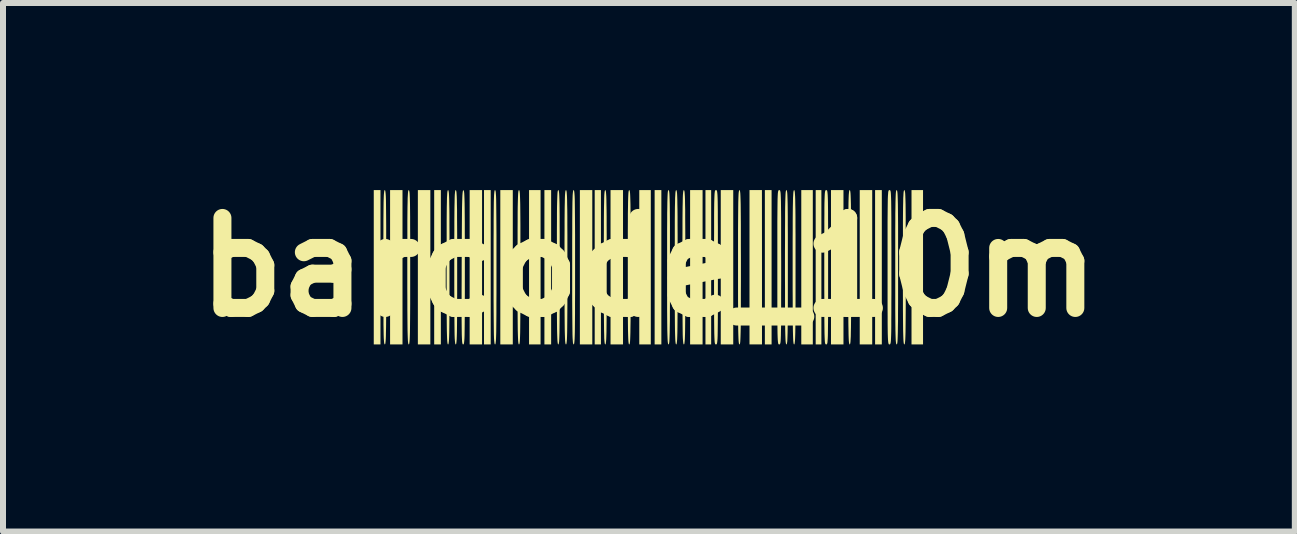
<source format=kicad_pcb>
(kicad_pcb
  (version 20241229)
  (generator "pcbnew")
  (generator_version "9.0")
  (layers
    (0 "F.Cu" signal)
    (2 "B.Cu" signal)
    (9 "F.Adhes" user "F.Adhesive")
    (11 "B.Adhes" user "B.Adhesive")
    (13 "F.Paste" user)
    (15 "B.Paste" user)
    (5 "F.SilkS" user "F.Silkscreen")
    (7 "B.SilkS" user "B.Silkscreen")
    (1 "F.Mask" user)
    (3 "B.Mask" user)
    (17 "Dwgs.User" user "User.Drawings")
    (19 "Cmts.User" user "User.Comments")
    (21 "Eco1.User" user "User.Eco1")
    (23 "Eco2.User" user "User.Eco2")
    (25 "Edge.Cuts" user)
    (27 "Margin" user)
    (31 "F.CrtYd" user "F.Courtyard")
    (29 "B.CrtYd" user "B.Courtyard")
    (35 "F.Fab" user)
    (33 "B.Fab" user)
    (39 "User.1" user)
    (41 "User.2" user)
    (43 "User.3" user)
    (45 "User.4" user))
  (footprint "barcode_10m"
    (layer "F.Cu")
    (at 7.764 1.404)
    (property "Reference" "barcode_10m" (at 0 0 0) (layer "F.SilkS") (effects (font (size 1.5 1.5) (thickness 0.3))))
    (attr board_only exclude_from_pos_files exclude_from_bom)
    (fp_poly (pts (xy -4.473 -0.000001) (xy -4.473 1.286) (xy -4.529 1.286) (xy -4.585 1.286) (xy -4.585 -0.000001) (xy -4.585 -1.286) (xy -4.529 -1.286) (xy -4.473 -1.286)) (stroke (width 0) (type solid)) (fill yes) (layer "F.SilkS"))
    (fp_poly (pts (xy -4.106 -0.000001) (xy -4.106 1.286) (xy -4.209 1.286) (xy -4.313 1.286) (xy -4.313 -0.000001) (xy -4.313 -1.286) (xy -4.209 -1.286) (xy -4.106 -1.286)) (stroke (width 0) (type solid)) (fill yes) (layer "F.SilkS"))
    (fp_poly (pts (xy -3.642 -0.000001) (xy -3.642 1.286) (xy -3.746 1.286) (xy -3.85 1.286) (xy -3.85 -0.000001) (xy -3.85 -1.286) (xy -3.746 -1.286) (xy -3.642 -1.286)) (stroke (width 0) (type solid)) (fill yes) (layer "F.SilkS"))
    (fp_poly (pts (xy -3.467 -0.000001) (xy -3.467 1.286) (xy -3.522 1.286) (xy -3.578 1.286) (xy -3.578 -0.000001) (xy -3.578 -1.286) (xy -3.522 -1.286) (xy -3.467 -1.286)) (stroke (width 0) (type solid)) (fill yes) (layer "F.SilkS"))
    (fp_poly (pts (xy -2.78 -0.000001) (xy -2.78 1.286) (xy -2.883 1.286) (xy -2.987 1.286) (xy -2.987 -0.000001) (xy -2.987 -1.286) (xy -2.883 -1.286) (xy -2.78 -1.286)) (stroke (width 0) (type solid)) (fill yes) (layer "F.SilkS"))
    (fp_poly (pts (xy -2.636 -0.000001) (xy -2.636 1.286) (xy -2.692 1.286) (xy -2.748 1.286) (xy -2.748 -0.000001) (xy -2.748 -1.286) (xy -2.692 -1.286) (xy -2.636 -1.286)) (stroke (width 0) (type solid)) (fill yes) (layer "F.SilkS"))
    (fp_poly (pts (xy -2.268 -0.000001) (xy -2.268 1.286) (xy -2.372 1.286) (xy -2.476 1.286) (xy -2.476 -0.000001) (xy -2.476 -1.286) (xy -2.372 -1.286) (xy -2.268 -1.286)) (stroke (width 0) (type solid)) (fill yes) (layer "F.SilkS"))
    (fp_poly (pts (xy -1.805 -0.000001) (xy -1.805 1.286) (xy -1.901 1.286) (xy -1.997 1.286) (xy -1.997 -0.000001) (xy -1.997 -1.286) (xy -1.901 -1.286) (xy -1.805 -1.286)) (stroke (width 0) (type solid)) (fill yes) (layer "F.SilkS"))
    (fp_poly (pts (xy -1.629 -0.000001) (xy -1.629 1.286) (xy -1.685 1.286) (xy -1.741 1.286) (xy -1.741 -0.000001) (xy -1.741 -1.286) (xy -1.685 -1.286) (xy -1.629 -1.286)) (stroke (width 0) (type solid)) (fill yes) (layer "F.SilkS"))
    (fp_poly (pts (xy -0.943 -0.000001) (xy -0.943 1.286) (xy -1.046 1.286) (xy -1.15 1.286) (xy -1.15 -0.000001) (xy -1.15 -1.286) (xy -1.046 -1.286) (xy -0.943 -1.286)) (stroke (width 0) (type solid)) (fill yes) (layer "F.SilkS"))
    (fp_poly (pts (xy -0.799 -0.000001) (xy -0.799 1.286) (xy -0.851 1.286) (xy -0.903 1.286) (xy -0.903 -0.000001) (xy -0.903 -1.286) (xy -0.851 -1.286) (xy -0.799 -1.286)) (stroke (width 0) (type solid)) (fill yes) (layer "F.SilkS"))
    (fp_poly (pts (xy -0.431 -0.000001) (xy -0.431 1.286) (xy -0.535 1.286) (xy -0.639 1.286) (xy -0.639 -0.000001) (xy -0.639 -1.286) (xy -0.535 -1.286) (xy -0.431 -1.286)) (stroke (width 0) (type solid)) (fill yes) (layer "F.SilkS"))
    (fp_poly (pts (xy 0.032 -0.000001) (xy 0.032 1.286) (xy -0.064 1.286) (xy -0.16 1.286) (xy -0.16 -0.000001) (xy -0.16 -1.286) (xy -0.064 -1.286) (xy 0.032 -1.286)) (stroke (width 0) (type solid)) (fill yes) (layer "F.SilkS"))
    (fp_poly (pts (xy 0.208 -0.000001) (xy 0.208 1.286) (xy 0.152 1.286) (xy 0.096 1.286) (xy 0.096 -0.000001) (xy 0.096 -1.286) (xy 0.152 -1.286) (xy 0.208 -1.286)) (stroke (width 0) (type solid)) (fill yes) (layer "F.SilkS"))
    (fp_poly (pts (xy 0.895 -0.000001) (xy 0.895 1.286) (xy 0.791 1.286) (xy 0.687 1.286) (xy 0.687 -0.000001) (xy 0.687 -1.286) (xy 0.791 -1.286) (xy 0.895 -1.286)) (stroke (width 0) (type solid)) (fill yes) (layer "F.SilkS"))
    (fp_poly (pts (xy 1.038 -0.000001) (xy 1.038 1.286) (xy 0.99 1.286) (xy 0.943 1.286) (xy 0.943 -0.000001) (xy 0.943 -1.286) (xy 0.99 -1.286) (xy 1.038 -1.286)) (stroke (width 0) (type solid)) (fill yes) (layer "F.SilkS"))
    (fp_poly (pts (xy 1.406 -0.000001) (xy 1.406 1.286) (xy 1.302 1.286) (xy 1.198 1.286) (xy 1.198 -0.000001) (xy 1.198 -1.286) (xy 1.302 -1.286) (xy 1.406 -1.286)) (stroke (width 0) (type solid)) (fill yes) (layer "F.SilkS"))
    (fp_poly (pts (xy 1.885 -0.000001) (xy 1.885 1.286) (xy 1.781 1.286) (xy 1.677 1.286) (xy 1.677 -0.000001) (xy 1.677 -1.286) (xy 1.781 -1.286) (xy 1.884 -1.286)) (stroke (width 0) (type solid)) (fill yes) (layer "F.SilkS"))
    (fp_poly (pts (xy 2.045 -0.000001) (xy 2.045 1.286) (xy 1.989 1.286) (xy 1.933 1.286) (xy 1.933 -0.000001) (xy 1.933 -1.286) (xy 1.989 -1.286) (xy 2.045 -1.286)) (stroke (width 0) (type solid)) (fill yes) (layer "F.SilkS"))
    (fp_poly (pts (xy 2.732 -0.000001) (xy 2.732 1.286) (xy 2.636 1.286) (xy 2.54 1.286) (xy 2.54 -0.000001) (xy 2.54 -1.286) (xy 2.636 -1.286) (xy 2.732 -1.286)) (stroke (width 0) (type solid)) (fill yes) (layer "F.SilkS"))
    (fp_poly (pts (xy 2.875 -0.000001) (xy 2.875 1.286) (xy 2.828 1.286) (xy 2.78 1.286) (xy 2.78 -0.000001) (xy 2.78 -1.286) (xy 2.828 -1.286) (xy 2.875 -1.286)) (stroke (width 0) (type solid)) (fill yes) (layer "F.SilkS"))
    (fp_poly (pts (xy 3.243 -0.000001) (xy 3.243 1.286) (xy 3.139 1.286) (xy 3.035 1.286) (xy 3.035 -0.000001) (xy 3.035 -1.286) (xy 3.139 -1.286) (xy 3.243 -1.286)) (stroke (width 0) (type solid)) (fill yes) (layer "F.SilkS"))
    (fp_poly (pts (xy 3.722 -0.000001) (xy 3.722 1.286) (xy 3.618 1.286) (xy 3.514 1.286) (xy 3.514 -0.000001) (xy 3.514 -1.286) (xy 3.618 -1.286) (xy 3.722 -1.286)) (stroke (width 0) (type solid)) (fill yes) (layer "F.SilkS"))
    (fp_poly (pts (xy 3.882 -0.000001) (xy 3.882 1.286) (xy 3.826 1.286) (xy 3.77 1.286) (xy 3.77 -0.000001) (xy 3.77 -1.286) (xy 3.826 -1.286) (xy 3.882 -1.286)) (stroke (width 0) (type solid)) (fill yes) (layer "F.SilkS"))
    (fp_poly (pts (xy 4.569 -0.000001) (xy 4.569 1.286) (xy 4.473 1.286) (xy 4.377 1.286) (xy 4.377 -0.000001) (xy 4.377 -1.286) (xy 4.473 -1.286) (xy 4.569 -1.286)) (stroke (width 0) (type solid)) (fill yes) (layer "F.SilkS"))
    (fp_poly (pts (xy -4.397 -1.283) (xy -4.393 -1.273) (xy -4.39 -1.254) (xy -4.387 -1.225) (xy -4.384 -1.182) (xy -4.382 -1.124) (xy -4.381 -1.05) (xy -4.38 -0.956) (xy -4.379 -0.842) (xy -4.378 -0.704) (xy -4.378 -0.542) (xy -4.377 -0.353) (xy -4.377 -0.135) (xy -4.377 -0.000001) (xy -4.377 0.235) (xy -4.377 0.44) (xy -4.378 0.617) (xy -4.378 0.768) (xy -4.379 0.895) (xy -4.38 1) (xy -4.382 1.085) (xy -4.383 1.152) (xy -4.385 1.203) (xy -4.388 1.239) (xy -4.391 1.264) (xy -4.394 1.279) (xy -4.399 1.285) (xy -4.401 1.286) (xy -4.405 1.283) (xy -4.409 1.273) (xy -4.413 1.254) (xy -4.415 1.225) (xy -4.418 1.182) (xy -4.42 1.124) (xy -4.421 1.05) (xy -4.423 0.956) (xy -4.423 0.842) (xy -4.424 0.704) (xy -4.425 0.542) (xy -4.425 0.353) (xy -4.425 0.135) (xy -4.425 -0.000001) (xy -4.425 -0.235) (xy -4.425 -0.44) (xy -4.424 -0.617) (xy -4.424 -0.768) (xy -4.423 -0.895) (xy -4.422 -1) (xy -4.421 -1.085) (xy -4.419 -1.152) (xy -4.417 -1.203) (xy -4.414 -1.239) (xy -4.411 -1.264) (xy -4.408 -1.279) (xy -4.404 -1.285) (xy -4.401 -1.286)) (stroke (width 0) (type solid)) (fill yes) (layer "F.SilkS"))
    (fp_poly (pts (xy -3.997 -1.283) (xy -3.994 -1.273) (xy -3.99 -1.254) (xy -3.987 -1.225) (xy -3.985 -1.182) (xy -3.983 -1.124) (xy -3.981 -1.05) (xy -3.98 -0.956) (xy -3.979 -0.842) (xy -3.979 -0.704) (xy -3.978 -0.542) (xy -3.978 -0.353) (xy -3.978 -0.135) (xy -3.978 -0.000001) (xy -3.978 0.235) (xy -3.978 0.44) (xy -3.978 0.617) (xy -3.979 0.768) (xy -3.98 0.895) (xy -3.981 1) (xy -3.982 1.085) (xy -3.984 1.152) (xy -3.986 1.203) (xy -3.989 1.239) (xy -3.992 1.264) (xy -3.995 1.279) (xy -3.999 1.285) (xy -4.002 1.286) (xy -4.006 1.283) (xy -4.01 1.273) (xy -4.013 1.254) (xy -4.016 1.225) (xy -4.018 1.182) (xy -4.02 1.124) (xy -4.022 1.05) (xy -4.023 0.956) (xy -4.024 0.842) (xy -4.025 0.704) (xy -4.025 0.542) (xy -4.026 0.353) (xy -4.026 0.135) (xy -4.026 -0.000001) (xy -4.026 -0.235) (xy -4.025 -0.44) (xy -4.025 -0.617) (xy -4.025 -0.768) (xy -4.024 -0.895) (xy -4.023 -1) (xy -4.021 -1.085) (xy -4.02 -1.152) (xy -4.017 -1.203) (xy -4.015 -1.239) (xy -4.012 -1.264) (xy -4.008 -1.279) (xy -4.004 -1.285) (xy -4.002 -1.286)) (stroke (width 0) (type solid)) (fill yes) (layer "F.SilkS"))
    (fp_poly (pts (xy -3.342 -1.283) (xy -3.339 -1.273) (xy -3.335 -1.254) (xy -3.332 -1.225) (xy -3.33 -1.182) (xy -3.328 -1.124) (xy -3.327 -1.05) (xy -3.325 -0.956) (xy -3.324 -0.842) (xy -3.324 -0.704) (xy -3.323 -0.542) (xy -3.323 -0.353) (xy -3.323 -0.135) (xy -3.323 -0.000001) (xy -3.323 0.235) (xy -3.323 0.44) (xy -3.323 0.617) (xy -3.324 0.768) (xy -3.325 0.895) (xy -3.326 1) (xy -3.327 1.085) (xy -3.329 1.152) (xy -3.331 1.203) (xy -3.334 1.239) (xy -3.337 1.264) (xy -3.34 1.279) (xy -3.344 1.285) (xy -3.347 1.286) (xy -3.351 1.283) (xy -3.355 1.273) (xy -3.358 1.254) (xy -3.361 1.225) (xy -3.363 1.182) (xy -3.365 1.124) (xy -3.367 1.05) (xy -3.368 0.956) (xy -3.369 0.842) (xy -3.37 0.704) (xy -3.37 0.542) (xy -3.371 0.353) (xy -3.371 0.135) (xy -3.371 -0.000001) (xy -3.371 -0.235) (xy -3.37 -0.44) (xy -3.37 -0.617) (xy -3.37 -0.768) (xy -3.369 -0.895) (xy -3.368 -1) (xy -3.366 -1.085) (xy -3.365 -1.152) (xy -3.362 -1.203) (xy -3.36 -1.239) (xy -3.357 -1.264) (xy -3.353 -1.279) (xy -3.349 -1.285) (xy -3.347 -1.286)) (stroke (width 0) (type solid)) (fill yes) (layer "F.SilkS"))
    (fp_poly (pts (xy -3.215 -1.283) (xy -3.211 -1.273) (xy -3.207 -1.254) (xy -3.205 -1.225) (xy -3.202 -1.182) (xy -3.2 -1.124) (xy -3.199 -1.05) (xy -3.197 -0.956) (xy -3.197 -0.842) (xy -3.196 -0.704) (xy -3.195 -0.542) (xy -3.195 -0.353) (xy -3.195 -0.135) (xy -3.195 -0.000001) (xy -3.195 0.235) (xy -3.195 0.44) (xy -3.196 0.617) (xy -3.196 0.768) (xy -3.197 0.895) (xy -3.198 1) (xy -3.199 1.085) (xy -3.201 1.152) (xy -3.203 1.203) (xy -3.206 1.239) (xy -3.209 1.264) (xy -3.212 1.279) (xy -3.216 1.285) (xy -3.219 1.286) (xy -3.223 1.283) (xy -3.227 1.273) (xy -3.23 1.254) (xy -3.233 1.225) (xy -3.236 1.182) (xy -3.238 1.124) (xy -3.239 1.05) (xy -3.24 0.956) (xy -3.241 0.842) (xy -3.242 0.704) (xy -3.242 0.542) (xy -3.243 0.353) (xy -3.243 0.135) (xy -3.243 -0.000001) (xy -3.243 -0.235) (xy -3.243 -0.44) (xy -3.242 -0.617) (xy -3.242 -0.768) (xy -3.241 -0.895) (xy -3.24 -1) (xy -3.238 -1.085) (xy -3.237 -1.152) (xy -3.235 -1.203) (xy -3.232 -1.239) (xy -3.229 -1.264) (xy -3.226 -1.279) (xy -3.221 -1.285) (xy -3.219 -1.286)) (stroke (width 0) (type solid)) (fill yes) (layer "F.SilkS"))
    (fp_poly (pts (xy -2.56 -1.283) (xy -2.556 -1.273) (xy -2.552 -1.254) (xy -2.55 -1.225) (xy -2.547 -1.182) (xy -2.545 -1.124) (xy -2.544 -1.05) (xy -2.543 -0.956) (xy -2.542 -0.842) (xy -2.541 -0.704) (xy -2.54 -0.542) (xy -2.54 -0.353) (xy -2.54 -0.135) (xy -2.54 -0.000001) (xy -2.54 0.235) (xy -2.54 0.44) (xy -2.541 0.617) (xy -2.541 0.768) (xy -2.542 0.895) (xy -2.543 1) (xy -2.544 1.085) (xy -2.546 1.152) (xy -2.548 1.203) (xy -2.551 1.239) (xy -2.554 1.264) (xy -2.557 1.279) (xy -2.561 1.285) (xy -2.564 1.286) (xy -2.568 1.283) (xy -2.572 1.273) (xy -2.575 1.254) (xy -2.578 1.225) (xy -2.581 1.182) (xy -2.583 1.124) (xy -2.584 1.05) (xy -2.585 0.956) (xy -2.586 0.842) (xy -2.587 0.704) (xy -2.588 0.542) (xy -2.588 0.353) (xy -2.588 0.135) (xy -2.588 -0.000001) (xy -2.588 -0.235) (xy -2.588 -0.44) (xy -2.587 -0.617) (xy -2.587 -0.768) (xy -2.586 -0.895) (xy -2.585 -1) (xy -2.584 -1.085) (xy -2.582 -1.152) (xy -2.58 -1.203) (xy -2.577 -1.239) (xy -2.574 -1.264) (xy -2.571 -1.279) (xy -2.566 -1.285) (xy -2.564 -1.286)) (stroke (width 0) (type solid)) (fill yes) (layer "F.SilkS"))
    (fp_poly (pts (xy -2.16 -1.283) (xy -2.156 -1.273) (xy -2.153 -1.254) (xy -2.15 -1.225) (xy -2.148 -1.182) (xy -2.146 -1.124) (xy -2.144 -1.05) (xy -2.143 -0.956) (xy -2.142 -0.842) (xy -2.141 -0.704) (xy -2.141 -0.542) (xy -2.141 -0.353) (xy -2.141 -0.135) (xy -2.141 -0.000001) (xy -2.141 0.235) (xy -2.141 0.44) (xy -2.141 0.617) (xy -2.142 0.768) (xy -2.143 0.895) (xy -2.144 1) (xy -2.145 1.085) (xy -2.147 1.152) (xy -2.149 1.203) (xy -2.151 1.239) (xy -2.154 1.264) (xy -2.158 1.279) (xy -2.162 1.285) (xy -2.165 1.286) (xy -2.169 1.283) (xy -2.173 1.273) (xy -2.176 1.254) (xy -2.179 1.225) (xy -2.181 1.182) (xy -2.183 1.124) (xy -2.185 1.05) (xy -2.186 0.956) (xy -2.187 0.842) (xy -2.188 0.704) (xy -2.188 0.542) (xy -2.188 0.353) (xy -2.189 0.135) (xy -2.189 -0.000001) (xy -2.189 -0.235) (xy -2.188 -0.44) (xy -2.188 -0.617) (xy -2.187 -0.768) (xy -2.187 -0.895) (xy -2.186 -1) (xy -2.184 -1.085) (xy -2.182 -1.152) (xy -2.18 -1.203) (xy -2.178 -1.239) (xy -2.175 -1.264) (xy -2.171 -1.279) (xy -2.167 -1.285) (xy -2.165 -1.286)) (stroke (width 0) (type solid)) (fill yes) (layer "F.SilkS"))
    (fp_poly (pts (xy -1.505 -1.283) (xy -1.501 -1.273) (xy -1.498 -1.254) (xy -1.495 -1.225) (xy -1.493 -1.182) (xy -1.491 -1.124) (xy -1.489 -1.05) (xy -1.488 -0.956) (xy -1.487 -0.842) (xy -1.487 -0.704) (xy -1.486 -0.542) (xy -1.486 -0.353) (xy -1.486 -0.135) (xy -1.486 -0.000001) (xy -1.486 0.235) (xy -1.486 0.44) (xy -1.486 0.617) (xy -1.487 0.768) (xy -1.488 0.895) (xy -1.489 1) (xy -1.49 1.085) (xy -1.492 1.152) (xy -1.494 1.203) (xy -1.496 1.239) (xy -1.5 1.264) (xy -1.503 1.279) (xy -1.507 1.285) (xy -1.51 1.286) (xy -1.514 1.283) (xy -1.518 1.273) (xy -1.521 1.254) (xy -1.524 1.225) (xy -1.526 1.182) (xy -1.528 1.124) (xy -1.53 1.05) (xy -1.531 0.956) (xy -1.532 0.842) (xy -1.533 0.704) (xy -1.533 0.542) (xy -1.533 0.353) (xy -1.534 0.135) (xy -1.534 -0.000001) (xy -1.534 -0.235) (xy -1.533 -0.44) (xy -1.533 -0.617) (xy -1.532 -0.768) (xy -1.532 -0.895) (xy -1.531 -1) (xy -1.529 -1.085) (xy -1.527 -1.152) (xy -1.525 -1.203) (xy -1.523 -1.239) (xy -1.52 -1.264) (xy -1.516 -1.279) (xy -1.512 -1.285) (xy -1.51 -1.286)) (stroke (width 0) (type solid)) (fill yes) (layer "F.SilkS"))
    (fp_poly (pts (xy -1.377 -1.283) (xy -1.374 -1.273) (xy -1.37 -1.254) (xy -1.368 -1.225) (xy -1.365 -1.182) (xy -1.363 -1.124) (xy -1.362 -1.05) (xy -1.36 -0.956) (xy -1.359 -0.842) (xy -1.359 -0.704) (xy -1.358 -0.542) (xy -1.358 -0.353) (xy -1.358 -0.135) (xy -1.358 -0.000001) (xy -1.358 0.235) (xy -1.358 0.44) (xy -1.358 0.617) (xy -1.359 0.768) (xy -1.36 0.895) (xy -1.361 1) (xy -1.362 1.085) (xy -1.364 1.152) (xy -1.366 1.203) (xy -1.369 1.239) (xy -1.372 1.264) (xy -1.375 1.279) (xy -1.379 1.285) (xy -1.382 1.286) (xy -1.386 1.283) (xy -1.39 1.273) (xy -1.393 1.254) (xy -1.396 1.225) (xy -1.398 1.182) (xy -1.4 1.124) (xy -1.402 1.05) (xy -1.403 0.956) (xy -1.404 0.842) (xy -1.405 0.704) (xy -1.405 0.542) (xy -1.406 0.353) (xy -1.406 0.135) (xy -1.406 -0.000001) (xy -1.406 -0.235) (xy -1.406 -0.44) (xy -1.405 -0.617) (xy -1.405 -0.768) (xy -1.404 -0.895) (xy -1.403 -1) (xy -1.401 -1.085) (xy -1.4 -1.152) (xy -1.398 -1.203) (xy -1.395 -1.239) (xy -1.392 -1.264) (xy -1.388 -1.279) (xy -1.384 -1.285) (xy -1.382 -1.286)) (stroke (width 0) (type solid)) (fill yes) (layer "F.SilkS"))
    (fp_poly (pts (xy -1.25 -1.283) (xy -1.246 -1.273) (xy -1.243 -1.254) (xy -1.24 -1.225) (xy -1.237 -1.182) (xy -1.235 -1.124) (xy -1.234 -1.05) (xy -1.233 -0.956) (xy -1.232 -0.842) (xy -1.231 -0.704) (xy -1.23 -0.542) (xy -1.23 -0.353) (xy -1.23 -0.135) (xy -1.23 -0.000001) (xy -1.23 0.235) (xy -1.23 0.44) (xy -1.231 0.617) (xy -1.231 0.768) (xy -1.232 0.895) (xy -1.233 1) (xy -1.234 1.085) (xy -1.236 1.152) (xy -1.238 1.203) (xy -1.241 1.239) (xy -1.244 1.264) (xy -1.247 1.279) (xy -1.252 1.285) (xy -1.254 1.286) (xy -1.258 1.283) (xy -1.262 1.273) (xy -1.266 1.254) (xy -1.268 1.225) (xy -1.271 1.182) (xy -1.273 1.124) (xy -1.274 1.05) (xy -1.275 0.956) (xy -1.276 0.842) (xy -1.277 0.704) (xy -1.278 0.542) (xy -1.278 0.353) (xy -1.278 0.135) (xy -1.278 -0.000001) (xy -1.278 -0.235) (xy -1.278 -0.44) (xy -1.277 -0.617) (xy -1.277 -0.768) (xy -1.276 -0.895) (xy -1.275 -1) (xy -1.274 -1.085) (xy -1.272 -1.152) (xy -1.27 -1.203) (xy -1.267 -1.239) (xy -1.264 -1.264) (xy -1.261 -1.279) (xy -1.257 -1.285) (xy -1.254 -1.286)) (stroke (width 0) (type solid)) (fill yes) (layer "F.SilkS"))
    (fp_poly (pts (xy -0.722 -1.283) (xy -0.719 -1.273) (xy -0.715 -1.254) (xy -0.713 -1.225) (xy -0.71 -1.182) (xy -0.708 -1.124) (xy -0.707 -1.05) (xy -0.705 -0.956) (xy -0.704 -0.842) (xy -0.704 -0.704) (xy -0.703 -0.542) (xy -0.703 -0.353) (xy -0.703 -0.135) (xy -0.703 -0.000001) (xy -0.703 0.235) (xy -0.703 0.44) (xy -0.703 0.617) (xy -0.704 0.768) (xy -0.705 0.895) (xy -0.706 1) (xy -0.707 1.085) (xy -0.709 1.152) (xy -0.711 1.203) (xy -0.714 1.239) (xy -0.717 1.264) (xy -0.72 1.279) (xy -0.724 1.285) (xy -0.727 1.286) (xy -0.731 1.283) (xy -0.735 1.273) (xy -0.738 1.254) (xy -0.741 1.225) (xy -0.744 1.182) (xy -0.745 1.124) (xy -0.747 1.05) (xy -0.748 0.956) (xy -0.749 0.842) (xy -0.75 0.704) (xy -0.75 0.542) (xy -0.751 0.353) (xy -0.751 0.135) (xy -0.751 -0.000001) (xy -0.751 -0.235) (xy -0.751 -0.44) (xy -0.75 -0.617) (xy -0.75 -0.768) (xy -0.749 -0.895) (xy -0.748 -1) (xy -0.746 -1.085) (xy -0.745 -1.152) (xy -0.743 -1.203) (xy -0.74 -1.239) (xy -0.737 -1.264) (xy -0.733 -1.279) (xy -0.729 -1.285) (xy -0.727 -1.286)) (stroke (width 0) (type solid)) (fill yes) (layer "F.SilkS"))
    (fp_poly (pts (xy -0.323 -1.283) (xy -0.319 -1.273) (xy -0.316 -1.254) (xy -0.313 -1.225) (xy -0.311 -1.182) (xy -0.309 -1.124) (xy -0.307 -1.05) (xy -0.306 -0.956) (xy -0.305 -0.842) (xy -0.304 -0.704) (xy -0.304 -0.542) (xy -0.304 -0.353) (xy -0.304 -0.135) (xy -0.304 -0.000001) (xy -0.304 0.235) (xy -0.304 0.44) (xy -0.304 0.617) (xy -0.305 0.768) (xy -0.305 0.895) (xy -0.307 1) (xy -0.308 1.085) (xy -0.31 1.152) (xy -0.312 1.203) (xy -0.314 1.239) (xy -0.317 1.264) (xy -0.321 1.279) (xy -0.325 1.285) (xy -0.327 1.286) (xy -0.332 1.283) (xy -0.336 1.273) (xy -0.339 1.254) (xy -0.342 1.225) (xy -0.344 1.182) (xy -0.346 1.124) (xy -0.348 1.05) (xy -0.349 0.956) (xy -0.35 0.842) (xy -0.351 0.704) (xy -0.351 0.542) (xy -0.351 0.353) (xy -0.351 0.135) (xy -0.351 -0.000001) (xy -0.351 -0.235) (xy -0.351 -0.44) (xy -0.351 -0.617) (xy -0.35 -0.768) (xy -0.35 -0.895) (xy -0.348 -1) (xy -0.347 -1.085) (xy -0.345 -1.152) (xy -0.343 -1.203) (xy -0.341 -1.239) (xy -0.338 -1.264) (xy -0.334 -1.279) (xy -0.33 -1.285) (xy -0.327 -1.286)) (stroke (width 0) (type solid)) (fill yes) (layer "F.SilkS"))
    (fp_poly (pts (xy 0.332 -1.283) (xy 0.336 -1.273) (xy 0.339 -1.254) (xy 0.342 -1.225) (xy 0.344 -1.182) (xy 0.346 -1.124) (xy 0.348 -1.05) (xy 0.349 -0.956) (xy 0.35 -0.842) (xy 0.351 -0.704) (xy 0.351 -0.542) (xy 0.351 -0.353) (xy 0.351 -0.135) (xy 0.351 -0.000001) (xy 0.351 0.235) (xy 0.351 0.44) (xy 0.351 0.617) (xy 0.35 0.768) (xy 0.35 0.895) (xy 0.348 1) (xy 0.347 1.085) (xy 0.345 1.152) (xy 0.343 1.203) (xy 0.341 1.239) (xy 0.338 1.264) (xy 0.334 1.279) (xy 0.33 1.285) (xy 0.327 1.286) (xy 0.323 1.283) (xy 0.319 1.273) (xy 0.316 1.254) (xy 0.313 1.225) (xy 0.311 1.182) (xy 0.309 1.124) (xy 0.307 1.05) (xy 0.306 0.956) (xy 0.305 0.842) (xy 0.304 0.704) (xy 0.304 0.542) (xy 0.304 0.353) (xy 0.304 0.135) (xy 0.304 -0.000001) (xy 0.304 -0.235) (xy 0.304 -0.44) (xy 0.304 -0.617) (xy 0.305 -0.768) (xy 0.305 -0.895) (xy 0.307 -1) (xy 0.308 -1.085) (xy 0.31 -1.152) (xy 0.312 -1.203) (xy 0.314 -1.239) (xy 0.317 -1.264) (xy 0.321 -1.279) (xy 0.325 -1.285) (xy 0.327 -1.286)) (stroke (width 0) (type solid)) (fill yes) (layer "F.SilkS"))
    (fp_poly (pts (xy 0.46 -1.283) (xy 0.463 -1.273) (xy 0.467 -1.254) (xy 0.47 -1.225) (xy 0.472 -1.182) (xy 0.474 -1.124) (xy 0.475 -1.05) (xy 0.477 -0.956) (xy 0.478 -0.842) (xy 0.478 -0.704) (xy 0.479 -0.542) (xy 0.479 -0.353) (xy 0.479 -0.135) (xy 0.479 -0.000001) (xy 0.479 0.235) (xy 0.479 0.44) (xy 0.479 0.617) (xy 0.478 0.768) (xy 0.477 0.895) (xy 0.476 1) (xy 0.475 1.085) (xy 0.473 1.152) (xy 0.471 1.203) (xy 0.468 1.239) (xy 0.465 1.264) (xy 0.462 1.279) (xy 0.458 1.285) (xy 0.455 1.286) (xy 0.451 1.283) (xy 0.447 1.273) (xy 0.444 1.254) (xy 0.441 1.225) (xy 0.439 1.182) (xy 0.437 1.124) (xy 0.435 1.05) (xy 0.434 0.956) (xy 0.433 0.842) (xy 0.432 0.704) (xy 0.432 0.542) (xy 0.431 0.353) (xy 0.431 0.135) (xy 0.431 -0.000001) (xy 0.431 -0.235) (xy 0.432 -0.44) (xy 0.432 -0.617) (xy 0.432 -0.768) (xy 0.433 -0.895) (xy 0.434 -1) (xy 0.436 -1.085) (xy 0.437 -1.152) (xy 0.44 -1.203) (xy 0.442 -1.239) (xy 0.445 -1.264) (xy 0.449 -1.279) (xy 0.453 -1.285) (xy 0.455 -1.286)) (stroke (width 0) (type solid)) (fill yes) (layer "F.SilkS"))
    (fp_poly (pts (xy 0.587 -1.283) (xy 0.591 -1.273) (xy 0.595 -1.254) (xy 0.597 -1.225) (xy 0.6 -1.182) (xy 0.602 -1.124) (xy 0.603 -1.05) (xy 0.605 -0.956) (xy 0.605 -0.842) (xy 0.606 -0.704) (xy 0.607 -0.542) (xy 0.607 -0.353) (xy 0.607 -0.135) (xy 0.607 -0.000001) (xy 0.607 0.235) (xy 0.607 0.44) (xy 0.606 0.617) (xy 0.606 0.768) (xy 0.605 0.895) (xy 0.604 1) (xy 0.603 1.085) (xy 0.601 1.152) (xy 0.599 1.203) (xy 0.596 1.239) (xy 0.593 1.264) (xy 0.59 1.279) (xy 0.586 1.285) (xy 0.583 1.286) (xy 0.579 1.283) (xy 0.575 1.273) (xy 0.572 1.254) (xy 0.569 1.225) (xy 0.566 1.182) (xy 0.564 1.124) (xy 0.563 1.05) (xy 0.562 0.956) (xy 0.561 0.842) (xy 0.56 0.704) (xy 0.56 0.542) (xy 0.559 0.353) (xy 0.559 0.135) (xy 0.559 -0.000001) (xy 0.559 -0.235) (xy 0.559 -0.44) (xy 0.56 -0.617) (xy 0.56 -0.768) (xy 0.561 -0.895) (xy 0.562 -1) (xy 0.564 -1.085) (xy 0.565 -1.152) (xy 0.567 -1.203) (xy 0.57 -1.239) (xy 0.573 -1.264) (xy 0.577 -1.279) (xy 0.581 -1.285) (xy 0.583 -1.286)) (stroke (width 0) (type solid)) (fill yes) (layer "F.SilkS"))
    (fp_poly (pts (xy 1.514 -1.283) (xy 1.518 -1.273) (xy 1.521 -1.254) (xy 1.524 -1.225) (xy 1.526 -1.182) (xy 1.528 -1.124) (xy 1.53 -1.05) (xy 1.531 -0.956) (xy 1.532 -0.842) (xy 1.533 -0.704) (xy 1.533 -0.542) (xy 1.533 -0.353) (xy 1.534 -0.135) (xy 1.534 -0.000001) (xy 1.534 0.235) (xy 1.533 0.44) (xy 1.533 0.617) (xy 1.532 0.768) (xy 1.532 0.895) (xy 1.531 1) (xy 1.529 1.085) (xy 1.527 1.152) (xy 1.525 1.203) (xy 1.523 1.239) (xy 1.52 1.264) (xy 1.516 1.279) (xy 1.512 1.285) (xy 1.51 1.286) (xy 1.505 1.283) (xy 1.501 1.273) (xy 1.498 1.254) (xy 1.495 1.225) (xy 1.493 1.182) (xy 1.491 1.124) (xy 1.489 1.05) (xy 1.488 0.956) (xy 1.487 0.842) (xy 1.487 0.704) (xy 1.486 0.542) (xy 1.486 0.353) (xy 1.486 0.135) (xy 1.486 -0.000001) (xy 1.486 -0.235) (xy 1.486 -0.44) (xy 1.486 -0.617) (xy 1.487 -0.768) (xy 1.488 -0.895) (xy 1.489 -1) (xy 1.49 -1.085) (xy 1.492 -1.152) (xy 1.494 -1.203) (xy 1.496 -1.239) (xy 1.5 -1.264) (xy 1.503 -1.279) (xy 1.507 -1.285) (xy 1.51 -1.286)) (stroke (width 0) (type solid)) (fill yes) (layer "F.SilkS"))
    (fp_poly (pts (xy 2.297 -1.283) (xy 2.301 -1.273) (xy 2.304 -1.254) (xy 2.307 -1.225) (xy 2.309 -1.182) (xy 2.311 -1.124) (xy 2.313 -1.05) (xy 2.314 -0.956) (xy 2.315 -0.842) (xy 2.315 -0.704) (xy 2.316 -0.542) (xy 2.316 -0.353) (xy 2.316 -0.135) (xy 2.316 -0.000001) (xy 2.316 0.235) (xy 2.316 0.44) (xy 2.316 0.617) (xy 2.315 0.768) (xy 2.314 0.895) (xy 2.313 1) (xy 2.312 1.085) (xy 2.31 1.152) (xy 2.308 1.203) (xy 2.306 1.239) (xy 2.302 1.264) (xy 2.299 1.279) (xy 2.295 1.285) (xy 2.292 1.286) (xy 2.288 1.283) (xy 2.284 1.273) (xy 2.281 1.254) (xy 2.278 1.225) (xy 2.276 1.182) (xy 2.274 1.124) (xy 2.272 1.05) (xy 2.271 0.956) (xy 2.27 0.842) (xy 2.269 0.704) (xy 2.269 0.542) (xy 2.269 0.353) (xy 2.268 0.135) (xy 2.268 -0.000001) (xy 2.268 -0.235) (xy 2.269 -0.44) (xy 2.269 -0.617) (xy 2.27 -0.768) (xy 2.27 -0.895) (xy 2.271 -1) (xy 2.273 -1.085) (xy 2.275 -1.152) (xy 2.277 -1.203) (xy 2.279 -1.239) (xy 2.282 -1.264) (xy 2.286 -1.279) (xy 2.29 -1.285) (xy 2.292 -1.286)) (stroke (width 0) (type solid)) (fill yes) (layer "F.SilkS"))
    (fp_poly (pts (xy 2.425 -1.283) (xy 2.428 -1.273) (xy 2.432 -1.254) (xy 2.434 -1.225) (xy 2.437 -1.182) (xy 2.439 -1.124) (xy 2.44 -1.05) (xy 2.442 -0.956) (xy 2.443 -0.842) (xy 2.443 -0.704) (xy 2.444 -0.542) (xy 2.444 -0.353) (xy 2.444 -0.135) (xy 2.444 -0.000001) (xy 2.444 0.235) (xy 2.444 0.44) (xy 2.444 0.617) (xy 2.443 0.768) (xy 2.442 0.895) (xy 2.441 1) (xy 2.44 1.085) (xy 2.438 1.152) (xy 2.436 1.203) (xy 2.433 1.239) (xy 2.43 1.264) (xy 2.427 1.279) (xy 2.423 1.285) (xy 2.42 1.286) (xy 2.416 1.283) (xy 2.412 1.273) (xy 2.409 1.254) (xy 2.406 1.225) (xy 2.404 1.182) (xy 2.402 1.124) (xy 2.4 1.05) (xy 2.399 0.956) (xy 2.398 0.842) (xy 2.397 0.704) (xy 2.397 0.542) (xy 2.396 0.353) (xy 2.396 0.135) (xy 2.396 -0.000001) (xy 2.396 -0.235) (xy 2.396 -0.44) (xy 2.397 -0.617) (xy 2.397 -0.768) (xy 2.398 -0.895) (xy 2.399 -1) (xy 2.401 -1.085) (xy 2.402 -1.152) (xy 2.405 -1.203) (xy 2.407 -1.239) (xy 2.41 -1.264) (xy 2.414 -1.279) (xy 2.418 -1.285) (xy 2.42 -1.286)) (stroke (width 0) (type solid)) (fill yes) (layer "F.SilkS"))
    (fp_poly (pts (xy 3.351 -1.283) (xy 3.355 -1.273) (xy 3.358 -1.254) (xy 3.361 -1.225) (xy 3.363 -1.182) (xy 3.365 -1.124) (xy 3.367 -1.05) (xy 3.368 -0.956) (xy 3.369 -0.842) (xy 3.37 -0.704) (xy 3.37 -0.542) (xy 3.371 -0.353) (xy 3.371 -0.135) (xy 3.371 -0.000001) (xy 3.371 0.235) (xy 3.37 0.44) (xy 3.37 0.617) (xy 3.37 0.768) (xy 3.369 0.895) (xy 3.368 1) (xy 3.366 1.085) (xy 3.365 1.152) (xy 3.362 1.203) (xy 3.36 1.239) (xy 3.357 1.264) (xy 3.353 1.279) (xy 3.349 1.285) (xy 3.347 1.286) (xy 3.342 1.283) (xy 3.339 1.273) (xy 3.335 1.254) (xy 3.332 1.225) (xy 3.33 1.182) (xy 3.328 1.124) (xy 3.327 1.05) (xy 3.325 0.956) (xy 3.324 0.842) (xy 3.324 0.704) (xy 3.323 0.542) (xy 3.323 0.353) (xy 3.323 0.135) (xy 3.323 -0.000001) (xy 3.323 -0.235) (xy 3.323 -0.44) (xy 3.323 -0.617) (xy 3.324 -0.768) (xy 3.325 -0.895) (xy 3.326 -1) (xy 3.327 -1.085) (xy 3.329 -1.152) (xy 3.331 -1.203) (xy 3.334 -1.239) (xy 3.337 -1.264) (xy 3.34 -1.279) (xy 3.344 -1.285) (xy 3.347 -1.286)) (stroke (width 0) (type solid)) (fill yes) (layer "F.SilkS"))
    (fp_poly (pts (xy 4.134 -1.283) (xy 4.138 -1.273) (xy 4.141 -1.254) (xy 4.144 -1.225) (xy 4.146 -1.182) (xy 4.148 -1.124) (xy 4.15 -1.05) (xy 4.151 -0.956) (xy 4.152 -0.842) (xy 4.153 -0.704) (xy 4.153 -0.542) (xy 4.153 -0.353) (xy 4.153 -0.135) (xy 4.153 -0.000001) (xy 4.153 0.235) (xy 4.153 0.44) (xy 4.153 0.617) (xy 4.152 0.768) (xy 4.152 0.895) (xy 4.15 1) (xy 4.149 1.085) (xy 4.147 1.152) (xy 4.145 1.203) (xy 4.143 1.239) (xy 4.14 1.264) (xy 4.136 1.279) (xy 4.132 1.285) (xy 4.129 1.286) (xy 4.125 1.283) (xy 4.121 1.273) (xy 4.118 1.254) (xy 4.115 1.225) (xy 4.113 1.182) (xy 4.111 1.124) (xy 4.109 1.05) (xy 4.108 0.956) (xy 4.107 0.842) (xy 4.106 0.704) (xy 4.106 0.542) (xy 4.106 0.353) (xy 4.106 0.135) (xy 4.106 -0.000001) (xy 4.106 -0.235) (xy 4.106 -0.44) (xy 4.106 -0.617) (xy 4.107 -0.768) (xy 4.107 -0.895) (xy 4.109 -1) (xy 4.11 -1.085) (xy 4.112 -1.152) (xy 4.114 -1.203) (xy 4.116 -1.239) (xy 4.119 -1.264) (xy 4.123 -1.279) (xy 4.127 -1.285) (xy 4.129 -1.286)) (stroke (width 0) (type solid)) (fill yes) (layer "F.SilkS"))
    (fp_poly (pts (xy 4.262 -1.283) (xy 4.265 -1.273) (xy 4.269 -1.254) (xy 4.272 -1.225) (xy 4.274 -1.182) (xy 4.276 -1.124) (xy 4.278 -1.05) (xy 4.279 -0.956) (xy 4.28 -0.842) (xy 4.28 -0.704) (xy 4.281 -0.542) (xy 4.281 -0.353) (xy 4.281 -0.135) (xy 4.281 -0.000001) (xy 4.281 0.235) (xy 4.281 0.44) (xy 4.281 0.617) (xy 4.28 0.768) (xy 4.279 0.895) (xy 4.278 1) (xy 4.277 1.085) (xy 4.275 1.152) (xy 4.273 1.203) (xy 4.27 1.239) (xy 4.267 1.264) (xy 4.264 1.279) (xy 4.26 1.285) (xy 4.257 1.286) (xy 4.253 1.283) (xy 4.249 1.273) (xy 4.246 1.254) (xy 4.243 1.225) (xy 4.241 1.182) (xy 4.239 1.124) (xy 4.237 1.05) (xy 4.236 0.956) (xy 4.235 0.842) (xy 4.234 0.704) (xy 4.234 0.542) (xy 4.233 0.353) (xy 4.233 0.135) (xy 4.233 -0.000001) (xy 4.233 -0.235) (xy 4.234 -0.44) (xy 4.234 -0.617) (xy 4.234 -0.768) (xy 4.235 -0.895) (xy 4.236 -1) (xy 4.238 -1.085) (xy 4.239 -1.152) (xy 4.242 -1.203) (xy 4.244 -1.239) (xy 4.247 -1.264) (xy 4.251 -1.279) (xy 4.255 -1.285) (xy 4.257 -1.286)) (stroke (width 0) (type solid)) (fill yes) (layer "F.SilkS"))
    (fp_poly (pts (xy -3.087 -1.282) (xy -3.083 -1.273) (xy -3.08 -1.257) (xy -3.077 -1.23) (xy -3.075 -1.19) (xy -3.073 -1.136) (xy -3.071 -1.065) (xy -3.07 -0.976) (xy -3.069 -0.867) (xy -3.068 -0.735) (xy -3.068 -0.578) (xy -3.067 -0.396) (xy -3.067 -0.184) (xy -3.067 -0.001) (xy -3.067 0.232) (xy -3.067 0.435) (xy -3.068 0.611) (xy -3.068 0.76) (xy -3.069 0.886) (xy -3.07 0.99) (xy -3.071 1.074) (xy -3.072 1.141) (xy -3.074 1.192) (xy -3.077 1.23) (xy -3.08 1.256) (xy -3.083 1.273) (xy -3.087 1.282) (xy -3.092 1.285) (xy -3.095 1.286) (xy -3.1 1.285) (xy -3.105 1.279) (xy -3.108 1.268) (xy -3.112 1.248) (xy -3.114 1.219) (xy -3.116 1.177) (xy -3.118 1.121) (xy -3.119 1.048) (xy -3.12 0.957) (xy -3.121 0.846) (xy -3.121 0.713) (xy -3.121 0.554) (xy -3.121 0.37) (xy -3.12 0.156) (xy -3.12 0.004) (xy -3.119 -0.23) (xy -3.118 -0.435) (xy -3.117 -0.611) (xy -3.116 -0.762) (xy -3.115 -0.888) (xy -3.114 -0.993) (xy -3.112 -1.078) (xy -3.11 -1.145) (xy -3.108 -1.196) (xy -3.105 -1.233) (xy -3.102 -1.258) (xy -3.099 -1.274) (xy -3.095 -1.281) (xy -3.092 -1.283)) (stroke (width 0) (type solid)) (fill yes) (layer "F.SilkS"))
    (fp_poly (pts (xy 1.124 -1.285) (xy 1.129 -1.283) (xy 1.133 -1.276) (xy 1.137 -1.262) (xy 1.14 -1.24) (xy 1.143 -1.207) (xy 1.145 -1.162) (xy 1.147 -1.102) (xy 1.148 -1.025) (xy 1.149 -0.93) (xy 1.149 -0.814) (xy 1.15 -0.675) (xy 1.15 -0.511) (xy 1.15 -0.319) (xy 1.15 -0.099) (xy 1.15 -0.000001) (xy 1.15 0.233) (xy 1.15 0.435) (xy 1.15 0.61) (xy 1.15 0.759) (xy 1.149 0.885) (xy 1.148 0.988) (xy 1.147 1.073) (xy 1.146 1.139) (xy 1.144 1.19) (xy 1.141 1.228) (xy 1.138 1.254) (xy 1.135 1.271) (xy 1.131 1.28) (xy 1.126 1.285) (xy 1.121 1.286) (xy 1.118 1.286) (xy 1.112 1.285) (xy 1.107 1.283) (xy 1.103 1.276) (xy 1.099 1.262) (xy 1.096 1.24) (xy 1.094 1.207) (xy 1.092 1.162) (xy 1.09 1.102) (xy 1.089 1.025) (xy 1.088 0.93) (xy 1.087 0.814) (xy 1.087 0.675) (xy 1.086 0.511) (xy 1.086 0.319) (xy 1.086 0.099) (xy 1.086 -0.000001) (xy 1.086 -0.233) (xy 1.086 -0.435) (xy 1.087 -0.61) (xy 1.087 -0.759) (xy 1.087 -0.885) (xy 1.088 -0.988) (xy 1.089 -1.073) (xy 1.091 -1.139) (xy 1.093 -1.19) (xy 1.095 -1.228) (xy 1.098 -1.254) (xy 1.101 -1.271) (xy 1.106 -1.28) (xy 1.11 -1.285) (xy 1.116 -1.286) (xy 1.118 -1.286)) (stroke (width 0) (type solid)) (fill yes) (layer "F.SilkS"))
    (fp_poly (pts (xy 2.178 -1.285) (xy 2.183 -1.283) (xy 2.188 -1.276) (xy 2.191 -1.262) (xy 2.195 -1.24) (xy 2.197 -1.207) (xy 2.199 -1.162) (xy 2.201 -1.102) (xy 2.202 -1.025) (xy 2.203 -0.93) (xy 2.204 -0.814) (xy 2.204 -0.675) (xy 2.204 -0.511) (xy 2.204 -0.319) (xy 2.205 -0.099) (xy 2.205 -0.000001) (xy 2.205 0.233) (xy 2.204 0.435) (xy 2.204 0.61) (xy 2.204 0.759) (xy 2.203 0.885) (xy 2.203 0.988) (xy 2.201 1.073) (xy 2.2 1.139) (xy 2.198 1.19) (xy 2.196 1.228) (xy 2.193 1.254) (xy 2.189 1.271) (xy 2.185 1.28) (xy 2.181 1.285) (xy 2.175 1.286) (xy 2.173 1.286) (xy 2.167 1.285) (xy 2.162 1.283) (xy 2.157 1.276) (xy 2.154 1.262) (xy 2.151 1.24) (xy 2.148 1.207) (xy 2.146 1.162) (xy 2.144 1.102) (xy 2.143 1.025) (xy 2.142 0.93) (xy 2.141 0.814) (xy 2.141 0.675) (xy 2.141 0.511) (xy 2.141 0.319) (xy 2.141 0.099) (xy 2.141 -0.000001) (xy 2.141 -0.233) (xy 2.141 -0.435) (xy 2.141 -0.61) (xy 2.141 -0.759) (xy 2.142 -0.885) (xy 2.143 -0.988) (xy 2.144 -1.073) (xy 2.145 -1.139) (xy 2.147 -1.19) (xy 2.149 -1.228) (xy 2.152 -1.254) (xy 2.156 -1.271) (xy 2.16 -1.28) (xy 2.165 -1.285) (xy 2.17 -1.286) (xy 2.173 -1.286)) (stroke (width 0) (type solid)) (fill yes) (layer "F.SilkS"))
    (fp_poly (pts (xy 2.961 -1.285) (xy 2.966 -1.283) (xy 2.971 -1.276) (xy 2.974 -1.262) (xy 2.977 -1.24) (xy 2.98 -1.207) (xy 2.982 -1.162) (xy 2.984 -1.102) (xy 2.985 -1.025) (xy 2.986 -0.93) (xy 2.986 -0.814) (xy 2.987 -0.675) (xy 2.987 -0.511) (xy 2.987 -0.319) (xy 2.987 -0.099) (xy 2.987 -0.000001) (xy 2.987 0.233) (xy 2.987 0.435) (xy 2.987 0.61) (xy 2.987 0.759) (xy 2.986 0.885) (xy 2.985 0.988) (xy 2.984 1.073) (xy 2.983 1.139) (xy 2.981 1.19) (xy 2.978 1.228) (xy 2.976 1.254) (xy 2.972 1.271) (xy 2.968 1.28) (xy 2.963 1.285) (xy 2.958 1.286) (xy 2.955 1.286) (xy 2.95 1.285) (xy 2.945 1.283) (xy 2.94 1.276) (xy 2.936 1.262) (xy 2.933 1.24) (xy 2.931 1.207) (xy 2.929 1.162) (xy 2.927 1.102) (xy 2.926 1.025) (xy 2.925 0.93) (xy 2.924 0.814) (xy 2.924 0.675) (xy 2.924 0.511) (xy 2.923 0.319) (xy 2.923 0.099) (xy 2.923 -0.000001) (xy 2.923 -0.233) (xy 2.923 -0.435) (xy 2.924 -0.61) (xy 2.924 -0.759) (xy 2.925 -0.885) (xy 2.925 -0.988) (xy 2.926 -1.073) (xy 2.928 -1.139) (xy 2.93 -1.19) (xy 2.932 -1.228) (xy 2.935 -1.254) (xy 2.939 -1.271) (xy 2.943 -1.28) (xy 2.947 -1.285) (xy 2.953 -1.286) (xy 2.955 -1.286)) (stroke (width 0) (type solid)) (fill yes) (layer "F.SilkS"))
    (fp_poly (pts (xy 4.015 -1.285) (xy 4.021 -1.283) (xy 4.025 -1.276) (xy 4.029 -1.262) (xy 4.032 -1.24) (xy 4.034 -1.207) (xy 4.036 -1.162) (xy 4.038 -1.102) (xy 4.039 -1.025) (xy 4.04 -0.93) (xy 4.041 -0.814) (xy 4.041 -0.675) (xy 4.041 -0.511) (xy 4.042 -0.319) (xy 4.042 -0.099) (xy 4.042 -0.000001) (xy 4.042 0.233) (xy 4.042 0.435) (xy 4.041 0.61) (xy 4.041 0.759) (xy 4.04 0.885) (xy 4.04 0.988) (xy 4.039 1.073) (xy 4.037 1.139) (xy 4.035 1.19) (xy 4.033 1.228) (xy 4.03 1.254) (xy 4.026 1.271) (xy 4.022 1.28) (xy 4.018 1.285) (xy 4.012 1.286) (xy 4.01 1.286) (xy 4.004 1.285) (xy 3.999 1.283) (xy 3.995 1.276) (xy 3.991 1.262) (xy 3.988 1.24) (xy 3.985 1.207) (xy 3.983 1.162) (xy 3.981 1.102) (xy 3.98 1.025) (xy 3.979 0.93) (xy 3.979 0.814) (xy 3.978 0.675) (xy 3.978 0.511) (xy 3.978 0.319) (xy 3.978 0.099) (xy 3.978 -0.000001) (xy 3.978 -0.233) (xy 3.978 -0.435) (xy 3.978 -0.61) (xy 3.978 -0.759) (xy 3.979 -0.885) (xy 3.98 -0.988) (xy 3.981 -1.073) (xy 3.982 -1.139) (xy 3.984 -1.19) (xy 3.987 -1.228) (xy 3.989 -1.254) (xy 3.993 -1.271) (xy 3.997 -1.28) (xy 4.002 -1.285) (xy 4.007 -1.286) (xy 4.01 -1.286)) (stroke (width 0) (type solid)) (fill yes) (layer "F.SilkS")))
  (gr_rect
    (start -3 -3)
    (end 18.529 5.808)
    (stroke (width 0.1) (type default))
    (fill no)
    (layer "Edge.Cuts")))
</source>
